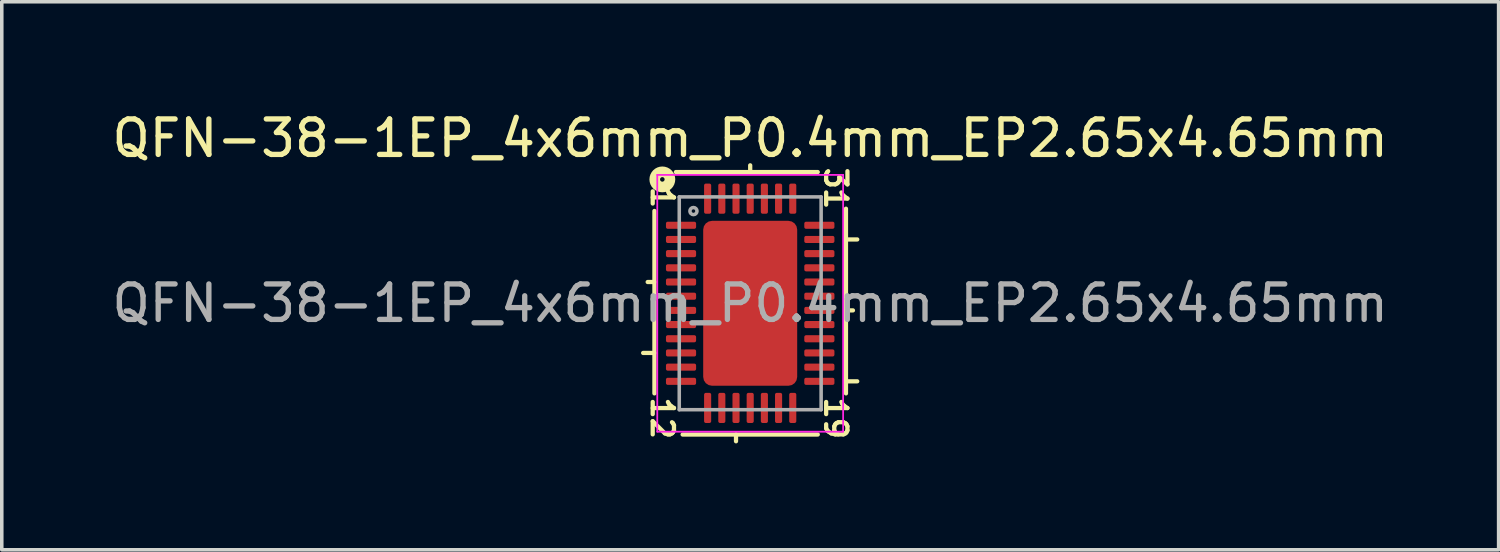
<source format=kicad_pcb>
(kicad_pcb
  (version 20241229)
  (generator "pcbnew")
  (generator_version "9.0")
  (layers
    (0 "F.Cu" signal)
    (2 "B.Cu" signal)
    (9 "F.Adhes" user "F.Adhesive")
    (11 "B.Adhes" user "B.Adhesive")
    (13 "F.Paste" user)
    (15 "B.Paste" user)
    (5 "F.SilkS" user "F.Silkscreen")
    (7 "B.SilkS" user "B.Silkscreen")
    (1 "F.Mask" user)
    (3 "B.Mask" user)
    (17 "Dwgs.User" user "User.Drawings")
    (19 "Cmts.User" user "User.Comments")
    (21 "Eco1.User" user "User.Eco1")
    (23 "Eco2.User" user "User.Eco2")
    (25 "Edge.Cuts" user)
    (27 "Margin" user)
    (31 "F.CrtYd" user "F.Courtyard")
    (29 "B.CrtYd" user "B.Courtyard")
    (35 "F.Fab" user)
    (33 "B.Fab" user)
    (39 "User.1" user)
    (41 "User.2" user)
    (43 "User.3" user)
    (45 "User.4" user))
  (footprint "QFN-38-1EP_4x6mm_P0.4mm_EP2.65x4.65mm"
    (layer "F.Cu")
    (at 18.101 5.501)
    (property "Reference" "QFN-38-1EP_4x6mm_P0.4mm_EP2.65x4.65mm" (at 0 -4.652 0) (layer "F.SilkS") (effects (font (size 1 1) (thickness 0.15))))
    (attr smd)
    (fp_line (start -3.018 1.4) (end -2.7 1.4) (stroke (width 0.12) (type solid)) (layer "F.SilkS"))
    (fp_line (start -2.7 -2.603) (end -2.7 2.54) (stroke (width 0.12) (type solid)) (layer "F.SilkS"))
    (fp_line (start -2.7 -0.6) (end -2.89 -0.6) (stroke (width 0.12) (type solid)) (layer "F.SilkS"))
    (fp_line (start -1.905 3.7) (end 1.905 3.7) (stroke (width 0.12) (type solid)) (layer "F.SilkS"))
    (fp_line (start -0.4 3.89) (end -0.4 3.7) (stroke (width 0.12) (type solid)) (layer "F.SilkS"))
    (fp_line (start 0 -3.7) (end 0 -3.89) (stroke (width 0.12) (type solid)) (layer "F.SilkS"))
    (fp_line (start 1.905 -3.7) (end -2.095 -3.7) (stroke (width 0.12) (type solid)) (layer "F.SilkS"))
    (fp_line (start 2.7 -1.8) (end 3.018 -1.8) (stroke (width 0.12) (type solid)) (layer "F.SilkS"))
    (fp_line (start 2.7 0.2) (end 2.897 0.2) (stroke (width 0.12) (type solid)) (layer "F.SilkS"))
    (fp_line (start 2.7 2.2) (end 3.018 2.2) (stroke (width 0.12) (type solid)) (layer "F.SilkS"))
    (fp_line (start 2.7 2.54) (end 2.7 -2.667) (stroke (width 0.12) (type solid)) (layer "F.SilkS"))
    (fp_circle (center -2.477 -3.493) (end -2.413 -3.493) (stroke (width 0.3) (type solid)) (fill no) (layer "F.SilkS"))
    (fp_line (start -2.62 -3.62) (end -2.62 3.62) (stroke (width 0.05) (type solid)) (layer "F.CrtYd"))
    (fp_line (start -2.62 3.62) (end 2.62 3.62) (stroke (width 0.05) (type solid)) (layer "F.CrtYd"))
    (fp_line (start 2.62 -3.62) (end -2.62 -3.62) (stroke (width 0.05) (type solid)) (layer "F.CrtYd"))
    (fp_line (start 2.62 3.62) (end 2.62 -3.62) (stroke (width 0.05) (type solid)) (layer "F.CrtYd"))
    (fp_line (start -2 -3) (end 2 -3) (stroke (width 0.1) (type solid)) (layer "F.Fab"))
    (fp_line (start -2 3) (end -2 -3) (stroke (width 0.1) (type solid)) (layer "F.Fab"))
    (fp_line (start 2 -3) (end 2 3) (stroke (width 0.1) (type solid)) (layer "F.Fab"))
    (fp_line (start 2 3) (end -2 3) (stroke (width 0.1) (type solid)) (layer "F.Fab"))
    (fp_circle (center -1.6 -2.6) (end -1.5 -2.6) (stroke (width 0.1) (type solid)) (fill no) (layer "F.Fab"))
    (fp_text user "1" (at -2.477 -2.985 270) (unlocked yes) (layer "F.SilkS") (effects (font (size 0.6 0.6) (thickness 0.12))))
    (fp_text user "19" (at 2.413 3.239 270) (unlocked yes) (layer "F.SilkS") (effects (font (size 0.6 0.6) (thickness 0.12))))
    (fp_text user "12" (at -2.477 3.239 270) (unlocked yes) (layer "F.SilkS") (effects (font (size 0.6 0.6) (thickness 0.12))))
    (fp_text user "31" (at 2.413 -3.239 270) (unlocked yes) (layer "F.SilkS") (effects (font (size 0.6 0.6) (thickness 0.12))))
    (fp_text user "${REFERENCE}" (at 0 0 0) (layer "F.Fab") (effects (font (size 1 1) (thickness 0.15))))
    (pad "" smd roundrect (at -0.66 -1.74) (size 1.07 0.94) (layers "F.Paste") (roundrect_rratio 0.25))
    (pad "" smd roundrect (at -0.66 -0.58) (size 1.07 0.94) (layers "F.Paste") (roundrect_rratio 0.25))
    (pad "" smd roundrect (at -0.66 0.58) (size 1.07 0.94) (layers "F.Paste") (roundrect_rratio 0.25))
    (pad "" smd roundrect (at -0.66 1.74) (size 1.07 0.94) (layers "F.Paste") (roundrect_rratio 0.25))
    (pad "" smd roundrect (at 0.66 -1.74) (size 1.07 0.94) (layers "F.Paste") (roundrect_rratio 0.25))
    (pad "" smd roundrect (at 0.66 -0.58) (size 1.07 0.94) (layers "F.Paste") (roundrect_rratio 0.25))
    (pad "" smd roundrect (at 0.66 0.58) (size 1.07 0.94) (layers "F.Paste") (roundrect_rratio 0.25))
    (pad "" smd roundrect (at 0.66 1.74) (size 1.07 0.94) (layers "F.Paste") (roundrect_rratio 0.25))
    (pad "1" smd roundrect (at -1.95 -2.2) (size 0.85 0.2) (layers "F.Cu" "F.Mask" "F.Paste") (roundrect_rratio 0.25))
    (pad "2" smd roundrect (at -1.95 -1.8) (size 0.85 0.2) (layers "F.Cu" "F.Mask" "F.Paste") (roundrect_rratio 0.25))
    (pad "3" smd roundrect (at -1.95 -1.4) (size 0.85 0.2) (layers "F.Cu" "F.Mask" "F.Paste") (roundrect_rratio 0.25))
    (pad "4" smd roundrect (at -1.95 -1) (size 0.85 0.2) (layers "F.Cu" "F.Mask" "F.Paste") (roundrect_rratio 0.25))
    (pad "5" smd roundrect (at -1.95 -0.6) (size 0.85 0.2) (layers "F.Cu" "F.Mask" "F.Paste") (roundrect_rratio 0.25))
    (pad "6" smd roundrect (at -1.95 -0.2) (size 0.85 0.2) (layers "F.Cu" "F.Mask" "F.Paste") (roundrect_rratio 0.25))
    (pad "7" smd roundrect (at -1.95 0.2) (size 0.85 0.2) (layers "F.Cu" "F.Mask" "F.Paste") (roundrect_rratio 0.25))
    (pad "8" smd roundrect (at -1.95 0.6) (size 0.85 0.2) (layers "F.Cu" "F.Mask" "F.Paste") (roundrect_rratio 0.25))
    (pad "9" smd roundrect (at -1.95 1) (size 0.85 0.2) (layers "F.Cu" "F.Mask" "F.Paste") (roundrect_rratio 0.25))
    (pad "10" smd roundrect (at -1.95 1.4) (size 0.85 0.2) (layers "F.Cu" "F.Mask" "F.Paste") (roundrect_rratio 0.25))
    (pad "11" smd roundrect (at -1.95 1.8) (size 0.85 0.2) (layers "F.Cu" "F.Mask" "F.Paste") (roundrect_rratio 0.25))
    (pad "12" smd roundrect (at -1.95 2.2) (size 0.85 0.2) (layers "F.Cu" "F.Mask" "F.Paste") (roundrect_rratio 0.25))
    (pad "13" smd roundrect (at -1.2 2.95) (size 0.2 0.85) (layers "F.Cu" "F.Mask" "F.Paste") (roundrect_rratio 0.25))
    (pad "14" smd roundrect (at -0.8 2.95) (size 0.2 0.85) (layers "F.Cu" "F.Mask" "F.Paste") (roundrect_rratio 0.25))
    (pad "15" smd roundrect (at -0.4 2.95) (size 0.2 0.85) (layers "F.Cu" "F.Mask" "F.Paste") (roundrect_rratio 0.25))
    (pad "16" smd roundrect (at 0 2.95) (size 0.2 0.85) (layers "F.Cu" "F.Mask" "F.Paste") (roundrect_rratio 0.25))
    (pad "17" smd roundrect (at 0.4 2.95) (size 0.2 0.85) (layers "F.Cu" "F.Mask" "F.Paste") (roundrect_rratio 0.25))
    (pad "18" smd roundrect (at 0.8 2.95) (size 0.2 0.85) (layers "F.Cu" "F.Mask" "F.Paste") (roundrect_rratio 0.25))
    (pad "19" smd roundrect (at 1.2 2.95) (size 0.2 0.85) (layers "F.Cu" "F.Mask" "F.Paste") (roundrect_rratio 0.25))
    (pad "20" smd roundrect (at 1.95 2.2) (size 0.85 0.2) (layers "F.Cu" "F.Mask" "F.Paste") (roundrect_rratio 0.25))
    (pad "21" smd roundrect (at 1.95 1.8) (size 0.85 0.2) (layers "F.Cu" "F.Mask" "F.Paste") (roundrect_rratio 0.25))
    (pad "22" smd roundrect (at 1.95 1.4) (size 0.85 0.2) (layers "F.Cu" "F.Mask" "F.Paste") (roundrect_rratio 0.25))
    (pad "23" smd roundrect (at 1.95 1) (size 0.85 0.2) (layers "F.Cu" "F.Mask" "F.Paste") (roundrect_rratio 0.25))
    (pad "24" smd roundrect (at 1.95 0.6) (size 0.85 0.2) (layers "F.Cu" "F.Mask" "F.Paste") (roundrect_rratio 0.25))
    (pad "25" smd roundrect (at 1.95 0.2) (size 0.85 0.2) (layers "F.Cu" "F.Mask" "F.Paste") (roundrect_rratio 0.25))
    (pad "26" smd roundrect (at 1.95 -0.2) (size 0.85 0.2) (layers "F.Cu" "F.Mask" "F.Paste") (roundrect_rratio 0.25))
    (pad "27" smd roundrect (at 1.95 -0.6) (size 0.85 0.2) (layers "F.Cu" "F.Mask" "F.Paste") (roundrect_rratio 0.25))
    (pad "28" smd roundrect (at 1.95 -1) (size 0.85 0.2) (layers "F.Cu" "F.Mask" "F.Paste") (roundrect_rratio 0.25))
    (pad "29" smd roundrect (at 1.95 -1.4) (size 0.85 0.2) (layers "F.Cu" "F.Mask" "F.Paste") (roundrect_rratio 0.25))
    (pad "30" smd roundrect (at 1.95 -1.8) (size 0.85 0.2) (layers "F.Cu" "F.Mask" "F.Paste") (roundrect_rratio 0.25))
    (pad "31" smd roundrect (at 1.95 -2.2) (size 0.85 0.2) (layers "F.Cu" "F.Mask" "F.Paste") (roundrect_rratio 0.25))
    (pad "32" smd roundrect (at 1.2 -2.95) (size 0.2 0.85) (layers "F.Cu" "F.Mask" "F.Paste") (roundrect_rratio 0.25))
    (pad "33" smd roundrect (at 0.8 -2.95) (size 0.2 0.85) (layers "F.Cu" "F.Mask" "F.Paste") (roundrect_rratio 0.25))
    (pad "34" smd roundrect (at 0.4 -2.95) (size 0.2 0.85) (layers "F.Cu" "F.Mask" "F.Paste") (roundrect_rratio 0.25))
    (pad "35" smd roundrect (at 0 -2.95) (size 0.2 0.85) (layers "F.Cu" "F.Mask" "F.Paste") (roundrect_rratio 0.25))
    (pad "36" smd roundrect (at -0.4 -2.95) (size 0.2 0.85) (layers "F.Cu" "F.Mask" "F.Paste") (roundrect_rratio 0.25))
    (pad "37" smd roundrect (at -0.8 -2.95) (size 0.2 0.85) (layers "F.Cu" "F.Mask" "F.Paste") (roundrect_rratio 0.25))
    (pad "38" smd roundrect (at -1.2 -2.95) (size 0.2 0.85) (layers "F.Cu" "F.Mask" "F.Paste") (roundrect_rratio 0.25))
    (pad "39" smd roundrect (at 0 0) (size 2.65 4.65) (layers "F.Cu" "F.Mask") (roundrect_rratio 0.094)))
  (gr_rect
    (start -3 -3)
    (end 39.202 12.451)
    (stroke (width 0.1) (type default))
    (fill no)
    (layer "Edge.Cuts")))
</source>
